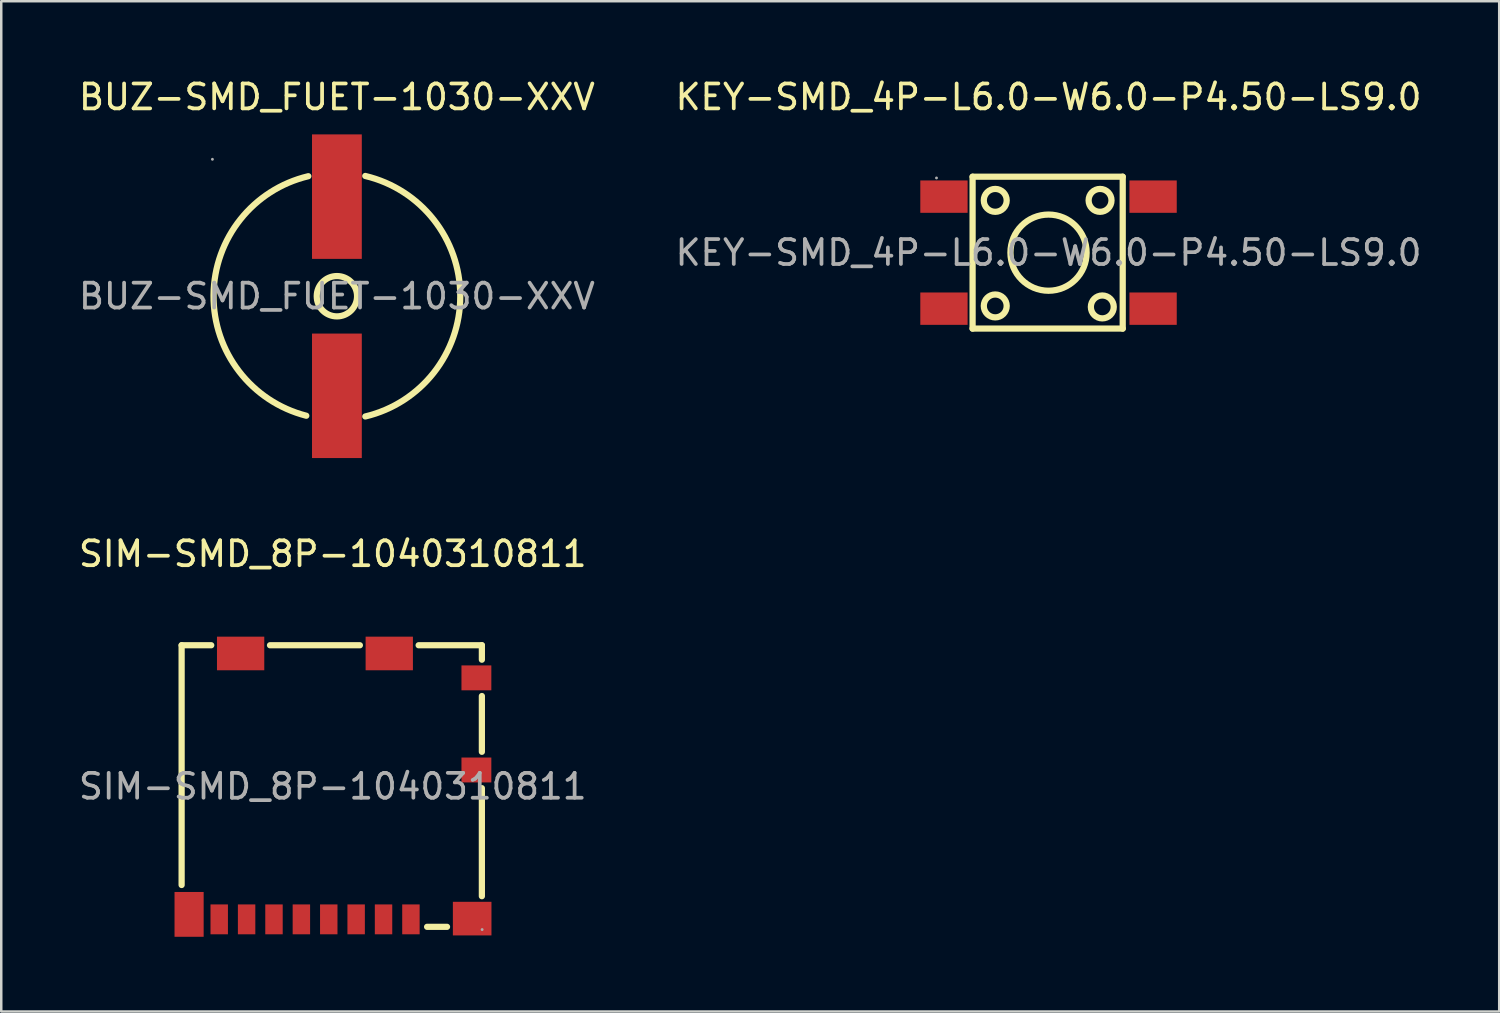
<source format=kicad_pcb>
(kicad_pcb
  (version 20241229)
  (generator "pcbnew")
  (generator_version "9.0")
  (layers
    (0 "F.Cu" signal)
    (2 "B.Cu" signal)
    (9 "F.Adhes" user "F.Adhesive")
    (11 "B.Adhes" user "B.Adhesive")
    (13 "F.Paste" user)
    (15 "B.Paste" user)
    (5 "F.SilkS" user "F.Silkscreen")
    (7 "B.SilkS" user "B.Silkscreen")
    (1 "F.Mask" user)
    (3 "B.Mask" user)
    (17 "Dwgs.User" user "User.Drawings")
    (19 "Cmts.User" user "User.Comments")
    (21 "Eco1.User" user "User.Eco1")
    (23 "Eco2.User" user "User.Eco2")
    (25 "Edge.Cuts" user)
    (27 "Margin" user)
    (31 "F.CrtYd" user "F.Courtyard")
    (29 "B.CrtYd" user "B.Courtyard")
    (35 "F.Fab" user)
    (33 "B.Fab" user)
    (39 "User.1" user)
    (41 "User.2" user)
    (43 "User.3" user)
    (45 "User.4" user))
  (footprint "KEY-SMD_4P-L6.0-W6.0-P4.50-LS9.0"
    (layer "F.Cu")
    (at 39.065 7.098)
    (property "Reference" "KEY-SMD_4P-L6.0-W6.0-P4.50-LS9.0" (at 0 -6.25 0) (layer "F.SilkS") (effects (font (size 1 1) (thickness 0.15))))
    (attr smd)
    (fp_line (start -3.05 -3.05) (end 2.98 -3.05) (stroke (width 0.25) (type solid)) (layer "F.SilkS"))
    (fp_line (start -3.05 3.05) (end -3.05 -3.05) (stroke (width 0.25) (type solid)) (layer "F.SilkS"))
    (fp_line (start 2.98 -3.05) (end 2.98 3.05) (stroke (width 0.25) (type solid)) (layer "F.SilkS"))
    (fp_line (start 2.98 3.05) (end -3.05 3.05) (stroke (width 0.25) (type solid)) (layer "F.SilkS"))
    (fp_circle (center -2.14 -2.1) (end -1.68 -2.1) (stroke (width 0.25) (type solid)) (fill no) (layer "F.SilkS"))
    (fp_circle (center -2.14 2.14) (end -1.68 2.14) (stroke (width 0.25) (type solid)) (fill no) (layer "F.SilkS"))
    (fp_circle (center 0 0) (end 1.53 0) (stroke (width 0.25) (type solid)) (fill no) (layer "F.SilkS"))
    (fp_circle (center 2.07 -2.1) (end 2.53 -2.1) (stroke (width 0.25) (type solid)) (fill no) (layer "F.SilkS"))
    (fp_circle (center 2.16 2.18) (end 2.62 2.18) (stroke (width 0.25) (type solid)) (fill no) (layer "F.SilkS"))
    (fp_circle (center -4.5 -3) (end -4.47 -3) (stroke (width 0.06) (type solid)) (fill no) (layer "F.Fab"))
    (fp_text user "${REFERENCE}" (at 0 0 0) (layer "F.Fab") (effects (font (size 1 1) (thickness 0.15))))
    (pad "1" smd rect (at -4.2 -2.25) (size 1.9 1.3) (layers "F.Cu" "F.Mask" "F.Paste"))
    (pad "2" smd rect (at 4.2 -2.25) (size 1.9 1.3) (layers "F.Cu" "F.Mask" "F.Paste"))
    (pad "3" smd rect (at -4.2 2.25) (size 1.9 1.3) (layers "F.Cu" "F.Mask" "F.Paste"))
    (pad "4" smd rect (at 4.2 2.25) (size 1.9 1.3) (layers "F.Cu" "F.Mask" "F.Paste")))
  (footprint "BUZ-SMD_FUET-1030-XXV"
    (layer "F.Cu")
    (at 10.482 8.848)
    (property "Reference" "BUZ-SMD_FUET-1030-XXV" (at 0 -8 0) (layer "F.SilkS") (effects (font (size 1 1) (thickness 0.15))))
    (attr smd)
    (fp_arc (start -1.23 4.8) (mid -4.954905 -0.042616) (end -1.147256 -4.820446) (stroke (width 0.25) (type solid)) (layer "F.SilkS"))
    (fp_arc (start 1.14 -4.83) (mid 4.955018 -0.00065) (end 1.141265 4.829699) (stroke (width 0.25) (type solid)) (layer "F.SilkS"))
    (fp_circle (center 0 0) (end 0.81 0) (stroke (width 0.25) (type solid)) (fill no) (layer "F.SilkS"))
    (fp_circle (center -5 -5.5) (end -4.97 -5.5) (stroke (width 0.06) (type solid)) (fill no) (layer "F.Fab"))
    (fp_text user "${REFERENCE}" (at 0 0 0) (layer "F.Fab") (effects (font (size 1 1) (thickness 0.15))))
    (pad "1" smd rect (at 0 -4) (size 2 5) (layers "F.Cu" "F.Mask" "F.Paste"))
    (pad "2" smd rect (at 0 4) (size 2 5) (layers "F.Cu" "F.Mask" "F.Paste")))
  (footprint "SIM-SMD_8P-1040310811"
    (layer "F.Cu")
    (at 10.315 28.537)
    (property "Reference" "SIM-SMD_8P-1040310811" (at 0 -9.34 0) (layer "F.SilkS") (effects (font (size 1 1) (thickness 0.15))))
    (attr smd)
    (fp_line (start -6.07 -5.67) (end -4.88 -5.67) (stroke (width 0.25) (type solid)) (layer "F.SilkS"))
    (fp_line (start -6.07 3.96) (end -6.07 -5.67) (stroke (width 0.25) (type solid)) (layer "F.SilkS"))
    (fp_line (start -2.52 -5.67) (end 1.09 -5.67) (stroke (width 0.25) (type solid)) (layer "F.SilkS"))
    (fp_line (start 3.45 -5.67) (end 5.99 -5.67) (stroke (width 0.25) (type solid)) (layer "F.SilkS"))
    (fp_line (start 3.79 5.64) (end 4.59 5.64) (stroke (width 0.25) (type solid)) (layer "F.SilkS"))
    (fp_line (start 5.99 -5.67) (end 5.99 -5.09) (stroke (width 0.25) (type solid)) (layer "F.SilkS"))
    (fp_line (start 5.99 -3.63) (end 5.99 -1.39) (stroke (width 0.25) (type solid)) (layer "F.SilkS"))
    (fp_line (start 5.99 0.07) (end 5.99 4.41) (stroke (width 0.25) (type solid)) (layer "F.SilkS"))
    (fp_circle (center 6 5.75) (end 6.03 5.75) (stroke (width 0.06) (type solid)) (fill no) (layer "F.Fab"))
    (fp_text user "${REFERENCE}" (at 0 0 0) (layer "F.Fab") (effects (font (size 1 1) (thickness 0.15))))
    (pad "1" smd rect (at 3.14 5.34) (size 0.7 1.2) (layers "F.Cu" "F.Mask" "F.Paste"))
    (pad "2" smd rect (at 2.04 5.34) (size 0.7 1.2) (layers "F.Cu" "F.Mask" "F.Paste"))
    (pad "3" smd rect (at 0.94 5.34) (size 0.7 1.2) (layers "F.Cu" "F.Mask" "F.Paste"))
    (pad "4" smd rect (at -0.16 5.34) (size 0.7 1.2) (layers "F.Cu" "F.Mask" "F.Paste"))
    (pad "5" smd rect (at -1.26 5.34) (size 0.7 1.2) (layers "F.Cu" "F.Mask" "F.Paste"))
    (pad "6" smd rect (at -2.36 5.34) (size 0.7 1.2) (layers "F.Cu" "F.Mask" "F.Paste"))
    (pad "7" smd rect (at -3.46 5.34) (size 0.7 1.2) (layers "F.Cu" "F.Mask" "F.Paste"))
    (pad "8" smd rect (at -4.56 5.34) (size 0.7 1.2) (layers "F.Cu" "F.Mask" "F.Paste"))
    (pad "9" smd rect (at -5.77 5.14) (size 1.17 1.8) (layers "F.Cu" "F.Mask" "F.Paste"))
    (pad "10" smd rect (at 5.6 5.31) (size 1.55 1.35) (layers "F.Cu" "F.Mask" "F.Paste"))
    (pad "11" smd rect (at 5.77 -0.66) (size 1.2 1) (layers "F.Cu" "F.Mask" "F.Paste"))
    (pad "12" smd rect (at 5.77 -4.36) (size 1.2 1) (layers "F.Cu" "F.Mask" "F.Paste"))
    (pad "13" smd rect (at 2.27 -5.34) (size 1.9 1.35) (layers "F.Cu" "F.Mask" "F.Paste"))
    (pad "14" smd rect (at -3.7 -5.34) (size 1.9 1.35) (layers "F.Cu" "F.Mask" "F.Paste")))
  (gr_rect
    (start -3 -3)
    (end 57.167 37.577)
    (stroke (width 0.1) (type default))
    (fill no)
    (layer "Edge.Cuts")))
</source>
